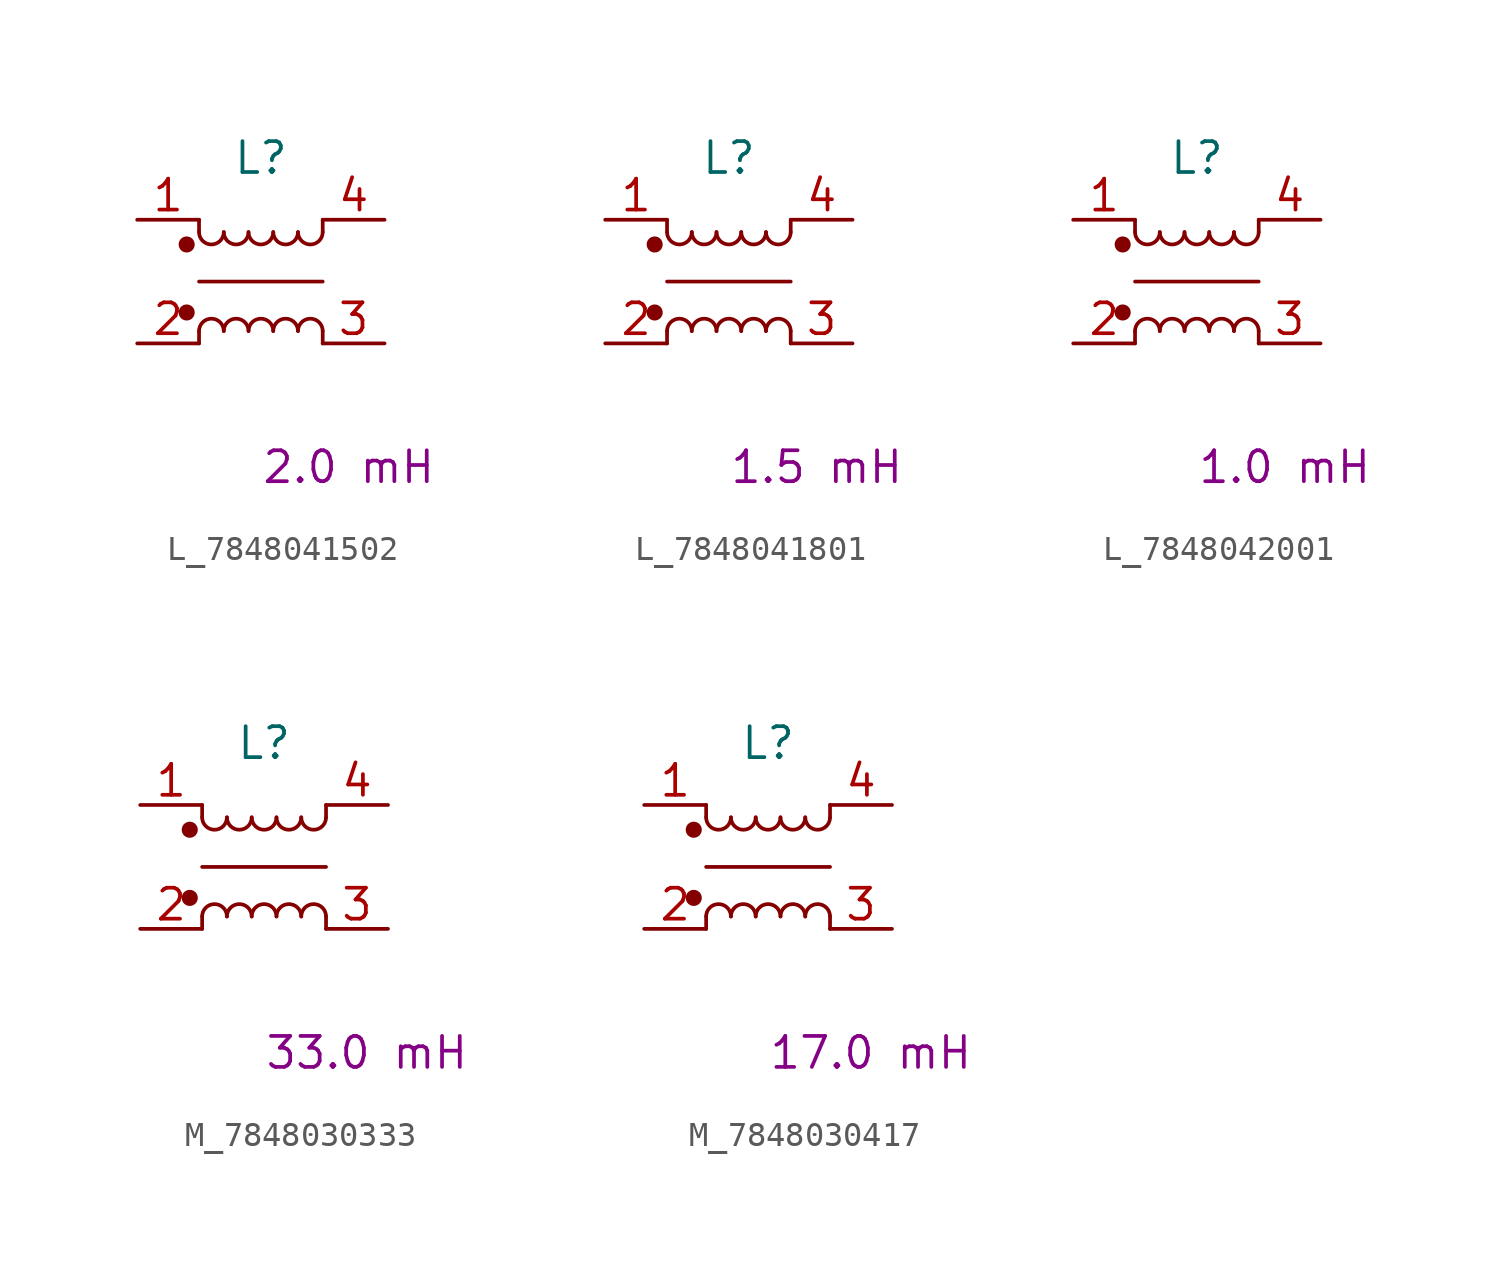
<source format=kicad_sym>
(kicad_symbol_lib
  (version 20220914)
  (generator kicad_symbol_editor)
  (symbol "L_7848041502"
    (pin_names hide)
    (property "Reference" "L"
      (at 0 5.08 0)
      (effects (font (size 1.27 1.27))))
    (property "Critical Parameter" "2.0 mH"
      (at 0 -7.62 0)
      (effects (font (size 1.27 1.27)) (justify left)))
    (symbol "L_7848041502_0_1"
      (circle (center -3.048 -1.27) (radius 0.254) (stroke (width 0) (type default)) (fill (type outline)))
      (circle (center -3.048 1.524) (radius 0.254) (stroke (width 0) (type default)) (fill (type outline)))
      (arc (start -2.54 2.032) (mid -2.032 1.5262) (end -1.524 2.032) (stroke (width 0) (type default)) (fill (type none)))
      (arc (start -1.524 -2.032) (mid -2.032 -1.5262) (end -2.54 -2.032) (stroke (width 0) (type default)) (fill (type none)))
      (arc (start -1.524 2.032) (mid -1.016 1.5262) (end -0.508 2.032) (stroke (width 0) (type default)) (fill (type none)))
      (arc (start -0.508 -2.032) (mid -1.016 -1.5262) (end -1.524 -2.032) (stroke (width 0) (type default)) (fill (type none)))
      (arc (start -0.508 2.032) (mid 0 1.5262) (end 0.508 2.032) (stroke (width 0) (type default)) (fill (type none)))
      (polyline (pts (xy -2.54 -2.032) (xy -2.54 -2.54)) (stroke (width 0) (type default)) (fill (type none)))
      (polyline (pts (xy -2.54 2.032) (xy -2.54 2.54)) (stroke (width 0) (type default)) (fill (type none)))
      (polyline (pts (xy 2.54 -2.032) (xy 2.54 -2.54)) (stroke (width 0) (type default)) (fill (type none)))
      (polyline (pts (xy 2.54 0) (xy -2.54 0)) (stroke (width 0) (type default)) (fill (type none)))
      (polyline (pts (xy 2.54 2.54) (xy 2.54 2.032)) (stroke (width 0) (type default)) (fill (type none)))
      (arc (start 0.508 -2.032) (mid 0 -1.5262) (end -0.508 -2.032) (stroke (width 0) (type default)) (fill (type none)))
      (arc (start 0.508 2.032) (mid 1.016 1.5262) (end 1.524 2.032) (stroke (width 0) (type default)) (fill (type none)))
      (arc (start 1.524 -2.032) (mid 1.016 -1.5262) (end 0.508 -2.032) (stroke (width 0) (type default)) (fill (type none)))
      (arc (start 1.524 2.032) (mid 2.032 1.5262) (end 2.54 2.032) (stroke (width 0) (type default)) (fill (type none)))
      (arc (start 2.54 -2.032) (mid 2.032 -1.5262) (end 1.524 -2.032) (stroke (width 0) (type default)) (fill (type none))))
    (symbol "L_7848041502_1_1"
      (pin passive line (at -5.08 2.54 0) (length 2.54) (name "1" (effects (font (size 1.27 1.27)))) (number "1" (effects (font (size 1.27 1.27)))))
      (pin passive line (at -5.08 -2.54 0) (length 2.54) (name "2" (effects (font (size 1.27 1.27)))) (number "2" (effects (font (size 1.27 1.27)))))
      (pin passive line (at 5.08 -2.54 180) (length 2.54) (name "3" (effects (font (size 1.27 1.27)))) (number "3" (effects (font (size 1.27 1.27)))))
      (pin passive line (at 5.08 2.54 180) (length 2.54) (name "4" (effects (font (size 1.27 1.27)))) (number "4" (effects (font (size 1.27 1.27)))))))
  (symbol "L_7848041801"
    (pin_names hide)
    (property "Reference" "L"
      (at 0 5.08 0)
      (effects (font (size 1.27 1.27))))
    (property "Critical Parameter" "1.5 mH"
      (at 0 -7.62 0)
      (effects (font (size 1.27 1.27)) (justify left)))
    (symbol "L_7848041801_0_1"
      (circle (center -3.048 -1.27) (radius 0.254) (stroke (width 0) (type default)) (fill (type outline)))
      (circle (center -3.048 1.524) (radius 0.254) (stroke (width 0) (type default)) (fill (type outline)))
      (arc (start -2.54 2.032) (mid -2.032 1.5262) (end -1.524 2.032) (stroke (width 0) (type default)) (fill (type none)))
      (arc (start -1.524 -2.032) (mid -2.032 -1.5262) (end -2.54 -2.032) (stroke (width 0) (type default)) (fill (type none)))
      (arc (start -1.524 2.032) (mid -1.016 1.5262) (end -0.508 2.032) (stroke (width 0) (type default)) (fill (type none)))
      (arc (start -0.508 -2.032) (mid -1.016 -1.5262) (end -1.524 -2.032) (stroke (width 0) (type default)) (fill (type none)))
      (arc (start -0.508 2.032) (mid 0 1.5262) (end 0.508 2.032) (stroke (width 0) (type default)) (fill (type none)))
      (polyline (pts (xy -2.54 -2.032) (xy -2.54 -2.54)) (stroke (width 0) (type default)) (fill (type none)))
      (polyline (pts (xy -2.54 2.032) (xy -2.54 2.54)) (stroke (width 0) (type default)) (fill (type none)))
      (polyline (pts (xy 2.54 -2.032) (xy 2.54 -2.54)) (stroke (width 0) (type default)) (fill (type none)))
      (polyline (pts (xy 2.54 0) (xy -2.54 0)) (stroke (width 0) (type default)) (fill (type none)))
      (polyline (pts (xy 2.54 2.54) (xy 2.54 2.032)) (stroke (width 0) (type default)) (fill (type none)))
      (arc (start 0.508 -2.032) (mid 0 -1.5262) (end -0.508 -2.032) (stroke (width 0) (type default)) (fill (type none)))
      (arc (start 0.508 2.032) (mid 1.016 1.5262) (end 1.524 2.032) (stroke (width 0) (type default)) (fill (type none)))
      (arc (start 1.524 -2.032) (mid 1.016 -1.5262) (end 0.508 -2.032) (stroke (width 0) (type default)) (fill (type none)))
      (arc (start 1.524 2.032) (mid 2.032 1.5262) (end 2.54 2.032) (stroke (width 0) (type default)) (fill (type none)))
      (arc (start 2.54 -2.032) (mid 2.032 -1.5262) (end 1.524 -2.032) (stroke (width 0) (type default)) (fill (type none))))
    (symbol "L_7848041801_1_1"
      (pin passive line (at -5.08 2.54 0) (length 2.54) (name "1" (effects (font (size 1.27 1.27)))) (number "1" (effects (font (size 1.27 1.27)))))
      (pin passive line (at -5.08 -2.54 0) (length 2.54) (name "2" (effects (font (size 1.27 1.27)))) (number "2" (effects (font (size 1.27 1.27)))))
      (pin passive line (at 5.08 -2.54 180) (length 2.54) (name "3" (effects (font (size 1.27 1.27)))) (number "3" (effects (font (size 1.27 1.27)))))
      (pin passive line (at 5.08 2.54 180) (length 2.54) (name "4" (effects (font (size 1.27 1.27)))) (number "4" (effects (font (size 1.27 1.27)))))))
  (symbol "L_7848042001"
    (pin_names hide)
    (property "Reference" "L"
      (at 0 5.08 0)
      (effects (font (size 1.27 1.27))))
    (property "Critical Parameter" "1.0 mH"
      (at 0 -7.62 0)
      (effects (font (size 1.27 1.27)) (justify left)))
    (symbol "L_7848042001_0_1"
      (circle (center -3.048 -1.27) (radius 0.254) (stroke (width 0) (type default)) (fill (type outline)))
      (circle (center -3.048 1.524) (radius 0.254) (stroke (width 0) (type default)) (fill (type outline)))
      (arc (start -2.54 2.032) (mid -2.032 1.5262) (end -1.524 2.032) (stroke (width 0) (type default)) (fill (type none)))
      (arc (start -1.524 -2.032) (mid -2.032 -1.5262) (end -2.54 -2.032) (stroke (width 0) (type default)) (fill (type none)))
      (arc (start -1.524 2.032) (mid -1.016 1.5262) (end -0.508 2.032) (stroke (width 0) (type default)) (fill (type none)))
      (arc (start -0.508 -2.032) (mid -1.016 -1.5262) (end -1.524 -2.032) (stroke (width 0) (type default)) (fill (type none)))
      (arc (start -0.508 2.032) (mid 0 1.5262) (end 0.508 2.032) (stroke (width 0) (type default)) (fill (type none)))
      (polyline (pts (xy -2.54 -2.032) (xy -2.54 -2.54)) (stroke (width 0) (type default)) (fill (type none)))
      (polyline (pts (xy -2.54 2.032) (xy -2.54 2.54)) (stroke (width 0) (type default)) (fill (type none)))
      (polyline (pts (xy 2.54 -2.032) (xy 2.54 -2.54)) (stroke (width 0) (type default)) (fill (type none)))
      (polyline (pts (xy 2.54 0) (xy -2.54 0)) (stroke (width 0) (type default)) (fill (type none)))
      (polyline (pts (xy 2.54 2.54) (xy 2.54 2.032)) (stroke (width 0) (type default)) (fill (type none)))
      (arc (start 0.508 -2.032) (mid 0 -1.5262) (end -0.508 -2.032) (stroke (width 0) (type default)) (fill (type none)))
      (arc (start 0.508 2.032) (mid 1.016 1.5262) (end 1.524 2.032) (stroke (width 0) (type default)) (fill (type none)))
      (arc (start 1.524 -2.032) (mid 1.016 -1.5262) (end 0.508 -2.032) (stroke (width 0) (type default)) (fill (type none)))
      (arc (start 1.524 2.032) (mid 2.032 1.5262) (end 2.54 2.032) (stroke (width 0) (type default)) (fill (type none)))
      (arc (start 2.54 -2.032) (mid 2.032 -1.5262) (end 1.524 -2.032) (stroke (width 0) (type default)) (fill (type none))))
    (symbol "L_7848042001_1_1"
      (pin passive line (at -5.08 2.54 0) (length 2.54) (name "1" (effects (font (size 1.27 1.27)))) (number "1" (effects (font (size 1.27 1.27)))))
      (pin passive line (at -5.08 -2.54 0) (length 2.54) (name "2" (effects (font (size 1.27 1.27)))) (number "2" (effects (font (size 1.27 1.27)))))
      (pin passive line (at 5.08 -2.54 180) (length 2.54) (name "3" (effects (font (size 1.27 1.27)))) (number "3" (effects (font (size 1.27 1.27)))))
      (pin passive line (at 5.08 2.54 180) (length 2.54) (name "4" (effects (font (size 1.27 1.27)))) (number "4" (effects (font (size 1.27 1.27)))))))
  (symbol "M_7848030333"
    (pin_names hide)
    (property "Reference" "L"
      (at 0 5.08 0)
      (effects (font (size 1.27 1.27))))
    (property "Critical Parameter" "33.0 mH"
      (at 0 -7.62 0)
      (effects (font (size 1.27 1.27)) (justify left)))
    (symbol "M_7848030333_0_1"
      (circle (center -3.048 -1.27) (radius 0.254) (stroke (width 0) (type default)) (fill (type outline)))
      (circle (center -3.048 1.524) (radius 0.254) (stroke (width 0) (type default)) (fill (type outline)))
      (arc (start -2.54 2.032) (mid -2.032 1.5262) (end -1.524 2.032) (stroke (width 0) (type default)) (fill (type none)))
      (arc (start -1.524 -2.032) (mid -2.032 -1.5262) (end -2.54 -2.032) (stroke (width 0) (type default)) (fill (type none)))
      (arc (start -1.524 2.032) (mid -1.016 1.5262) (end -0.508 2.032) (stroke (width 0) (type default)) (fill (type none)))
      (arc (start -0.508 -2.032) (mid -1.016 -1.5262) (end -1.524 -2.032) (stroke (width 0) (type default)) (fill (type none)))
      (arc (start -0.508 2.032) (mid 0 1.5262) (end 0.508 2.032) (stroke (width 0) (type default)) (fill (type none)))
      (polyline (pts (xy -2.54 -2.032) (xy -2.54 -2.54)) (stroke (width 0) (type default)) (fill (type none)))
      (polyline (pts (xy -2.54 2.032) (xy -2.54 2.54)) (stroke (width 0) (type default)) (fill (type none)))
      (polyline (pts (xy 2.54 -2.032) (xy 2.54 -2.54)) (stroke (width 0) (type default)) (fill (type none)))
      (polyline (pts (xy 2.54 0) (xy -2.54 0)) (stroke (width 0) (type default)) (fill (type none)))
      (polyline (pts (xy 2.54 2.54) (xy 2.54 2.032)) (stroke (width 0) (type default)) (fill (type none)))
      (arc (start 0.508 -2.032) (mid 0 -1.5262) (end -0.508 -2.032) (stroke (width 0) (type default)) (fill (type none)))
      (arc (start 0.508 2.032) (mid 1.016 1.5262) (end 1.524 2.032) (stroke (width 0) (type default)) (fill (type none)))
      (arc (start 1.524 -2.032) (mid 1.016 -1.5262) (end 0.508 -2.032) (stroke (width 0) (type default)) (fill (type none)))
      (arc (start 1.524 2.032) (mid 2.032 1.5262) (end 2.54 2.032) (stroke (width 0) (type default)) (fill (type none)))
      (arc (start 2.54 -2.032) (mid 2.032 -1.5262) (end 1.524 -2.032) (stroke (width 0) (type default)) (fill (type none))))
    (symbol "M_7848030333_1_1"
      (pin passive line (at -5.08 2.54 0) (length 2.54) (name "1" (effects (font (size 1.27 1.27)))) (number "1" (effects (font (size 1.27 1.27)))))
      (pin passive line (at -5.08 -2.54 0) (length 2.54) (name "2" (effects (font (size 1.27 1.27)))) (number "2" (effects (font (size 1.27 1.27)))))
      (pin passive line (at 5.08 -2.54 180) (length 2.54) (name "3" (effects (font (size 1.27 1.27)))) (number "3" (effects (font (size 1.27 1.27)))))
      (pin passive line (at 5.08 2.54 180) (length 2.54) (name "4" (effects (font (size 1.27 1.27)))) (number "4" (effects (font (size 1.27 1.27)))))))
  (symbol "M_7848030417"
    (pin_names hide)
    (property "Reference" "L"
      (at 0 5.08 0)
      (effects (font (size 1.27 1.27))))
    (property "Critical Parameter" "17.0 mH"
      (at 0 -7.62 0)
      (effects (font (size 1.27 1.27)) (justify left)))
    (symbol "M_7848030417_0_1"
      (circle (center -3.048 -1.27) (radius 0.254) (stroke (width 0) (type default)) (fill (type outline)))
      (circle (center -3.048 1.524) (radius 0.254) (stroke (width 0) (type default)) (fill (type outline)))
      (arc (start -2.54 2.032) (mid -2.032 1.5262) (end -1.524 2.032) (stroke (width 0) (type default)) (fill (type none)))
      (arc (start -1.524 -2.032) (mid -2.032 -1.5262) (end -2.54 -2.032) (stroke (width 0) (type default)) (fill (type none)))
      (arc (start -1.524 2.032) (mid -1.016 1.5262) (end -0.508 2.032) (stroke (width 0) (type default)) (fill (type none)))
      (arc (start -0.508 -2.032) (mid -1.016 -1.5262) (end -1.524 -2.032) (stroke (width 0) (type default)) (fill (type none)))
      (arc (start -0.508 2.032) (mid 0 1.5262) (end 0.508 2.032) (stroke (width 0) (type default)) (fill (type none)))
      (polyline (pts (xy -2.54 -2.032) (xy -2.54 -2.54)) (stroke (width 0) (type default)) (fill (type none)))
      (polyline (pts (xy -2.54 2.032) (xy -2.54 2.54)) (stroke (width 0) (type default)) (fill (type none)))
      (polyline (pts (xy 2.54 -2.032) (xy 2.54 -2.54)) (stroke (width 0) (type default)) (fill (type none)))
      (polyline (pts (xy 2.54 0) (xy -2.54 0)) (stroke (width 0) (type default)) (fill (type none)))
      (polyline (pts (xy 2.54 2.54) (xy 2.54 2.032)) (stroke (width 0) (type default)) (fill (type none)))
      (arc (start 0.508 -2.032) (mid 0 -1.5262) (end -0.508 -2.032) (stroke (width 0) (type default)) (fill (type none)))
      (arc (start 0.508 2.032) (mid 1.016 1.5262) (end 1.524 2.032) (stroke (width 0) (type default)) (fill (type none)))
      (arc (start 1.524 -2.032) (mid 1.016 -1.5262) (end 0.508 -2.032) (stroke (width 0) (type default)) (fill (type none)))
      (arc (start 1.524 2.032) (mid 2.032 1.5262) (end 2.54 2.032) (stroke (width 0) (type default)) (fill (type none)))
      (arc (start 2.54 -2.032) (mid 2.032 -1.5262) (end 1.524 -2.032) (stroke (width 0) (type default)) (fill (type none))))
    (symbol "M_7848030417_1_1"
      (pin passive line (at -5.08 2.54 0) (length 2.54) (name "1" (effects (font (size 1.27 1.27)))) (number "1" (effects (font (size 1.27 1.27)))))
      (pin passive line (at -5.08 -2.54 0) (length 2.54) (name "2" (effects (font (size 1.27 1.27)))) (number "2" (effects (font (size 1.27 1.27)))))
      (pin passive line (at 5.08 -2.54 180) (length 2.54) (name "3" (effects (font (size 1.27 1.27)))) (number "3" (effects (font (size 1.27 1.27)))))
      (pin passive line (at 5.08 2.54 180) (length 2.54) (name "4" (effects (font (size 1.27 1.27)))) (number "4" (effects (font (size 1.27 1.27))))))))
</source>
